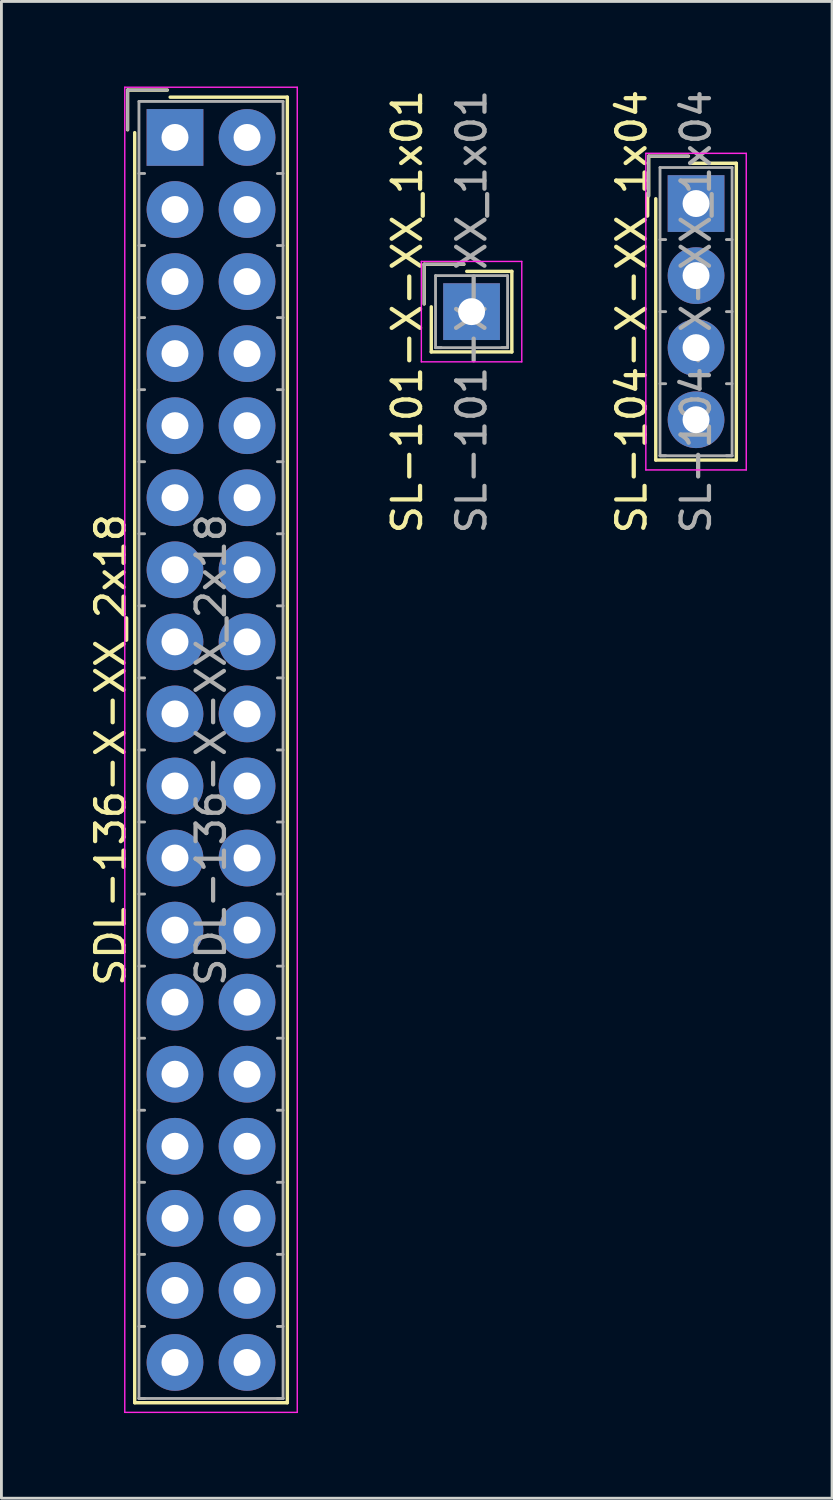
<source format=kicad_pcb>
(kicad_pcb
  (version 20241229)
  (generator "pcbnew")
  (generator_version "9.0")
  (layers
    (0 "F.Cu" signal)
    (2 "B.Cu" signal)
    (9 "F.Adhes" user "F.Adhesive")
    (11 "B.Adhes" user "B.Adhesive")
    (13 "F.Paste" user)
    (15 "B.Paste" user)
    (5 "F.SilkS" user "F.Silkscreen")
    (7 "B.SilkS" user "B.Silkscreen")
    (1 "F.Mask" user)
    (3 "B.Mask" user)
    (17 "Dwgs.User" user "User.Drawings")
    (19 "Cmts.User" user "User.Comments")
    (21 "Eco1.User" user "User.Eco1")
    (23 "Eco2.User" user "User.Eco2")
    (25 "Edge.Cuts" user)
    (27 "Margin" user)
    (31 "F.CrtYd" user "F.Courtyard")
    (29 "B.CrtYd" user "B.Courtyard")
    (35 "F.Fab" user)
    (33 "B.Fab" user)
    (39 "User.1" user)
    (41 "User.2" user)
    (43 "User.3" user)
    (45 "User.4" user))
  (footprint "SDL-136-X-XX_2x18"
    (layer "F.Cu")
    (at 3.118 1.795)
    (property "Reference" "SDL-136-X-XX_2x18" (at -2.27 21.59 90) (layer "F.SilkS") (effects (font (size 1 1) (thickness 0.15))))
    (attr through_hole)
    (fp_line (start -1.67 -1.67) (end -1.67 -0.27) (stroke (width 0.12) (type solid)) (layer "F.SilkS"))
    (fp_line (start -1.42 44.6) (end -1.42 -0.17) (stroke (width 0.12) (type solid)) (layer "F.SilkS"))
    (fp_line (start -0.27 -1.67) (end -1.67 -1.67) (stroke (width 0.12) (type solid)) (layer "F.SilkS"))
    (fp_line (start -0.17 -1.42) (end 3.96 -1.42) (stroke (width 0.12) (type solid)) (layer "F.SilkS"))
    (fp_line (start 3.96 -1.42) (end 3.96 44.6) (stroke (width 0.12) (type solid)) (layer "F.SilkS"))
    (fp_line (start 3.96 44.6) (end -1.42 44.6) (stroke (width 0.12) (type solid)) (layer "F.SilkS"))
    (fp_line (start -1.77 -1.77) (end -1.77 44.94) (stroke (width 0.05) (type solid)) (layer "F.CrtYd"))
    (fp_line (start -1.77 44.94) (end 4.31 44.94) (stroke (width 0.05) (type solid)) (layer "F.CrtYd"))
    (fp_line (start 4.31 -1.77) (end -1.77 -1.77) (stroke (width 0.05) (type solid)) (layer "F.CrtYd"))
    (fp_line (start 4.31 44.94) (end 4.31 -1.77) (stroke (width 0.05) (type solid)) (layer "F.CrtYd"))
    (fp_line (start -1.67 -1.67) (end -1.67 -0.27) (stroke (width 0.1) (type solid)) (layer "F.Fab"))
    (fp_line (start -1.27 -1.27) (end -1.27 44.45) (stroke (width 0.1) (type solid)) (layer "F.Fab"))
    (fp_line (start -1.27 1.27) (end -1.07 1.27) (stroke (width 0.1) (type solid)) (layer "F.Fab"))
    (fp_line (start -1.27 3.81) (end -1.07 3.81) (stroke (width 0.1) (type solid)) (layer "F.Fab"))
    (fp_line (start -1.27 6.35) (end -1.07 6.35) (stroke (width 0.1) (type solid)) (layer "F.Fab"))
    (fp_line (start -1.27 8.89) (end -1.07 8.89) (stroke (width 0.1) (type solid)) (layer "F.Fab"))
    (fp_line (start -1.27 11.43) (end -1.07 11.43) (stroke (width 0.1) (type solid)) (layer "F.Fab"))
    (fp_line (start -1.27 13.97) (end -1.07 13.97) (stroke (width 0.1) (type solid)) (layer "F.Fab"))
    (fp_line (start -1.27 16.51) (end -1.07 16.51) (stroke (width 0.1) (type solid)) (layer "F.Fab"))
    (fp_line (start -1.27 19.05) (end -1.07 19.05) (stroke (width 0.1) (type solid)) (layer "F.Fab"))
    (fp_line (start -1.27 21.59) (end -1.07 21.59) (stroke (width 0.1) (type solid)) (layer "F.Fab"))
    (fp_line (start -1.27 24.13) (end -1.07 24.13) (stroke (width 0.1) (type solid)) (layer "F.Fab"))
    (fp_line (start -1.27 26.67) (end -1.07 26.67) (stroke (width 0.1) (type solid)) (layer "F.Fab"))
    (fp_line (start -1.27 29.21) (end -1.07 29.21) (stroke (width 0.1) (type solid)) (layer "F.Fab"))
    (fp_line (start -1.27 31.75) (end -1.07 31.75) (stroke (width 0.1) (type solid)) (layer "F.Fab"))
    (fp_line (start -1.27 34.29) (end -1.07 34.29) (stroke (width 0.1) (type solid)) (layer "F.Fab"))
    (fp_line (start -1.27 36.83) (end -1.07 36.83) (stroke (width 0.1) (type solid)) (layer "F.Fab"))
    (fp_line (start -1.27 39.37) (end -1.07 39.37) (stroke (width 0.1) (type solid)) (layer "F.Fab"))
    (fp_line (start -1.27 41.91) (end -1.07 41.91) (stroke (width 0.1) (type solid)) (layer "F.Fab"))
    (fp_line (start -1.27 44.45) (end -1.07 44.45) (stroke (width 0.1) (type solid)) (layer "F.Fab"))
    (fp_line (start -1.27 44.45) (end 3.81 44.45) (stroke (width 0.1) (type solid)) (layer "F.Fab"))
    (fp_line (start -0.27 -1.67) (end -1.67 -1.67) (stroke (width 0.1) (type solid)) (layer "F.Fab"))
    (fp_line (start 3.81 -1.27) (end -1.27 -1.27) (stroke (width 0.1) (type solid)) (layer "F.Fab"))
    (fp_line (start 3.81 1.27) (end 3.61 1.27) (stroke (width 0.1) (type solid)) (layer "F.Fab"))
    (fp_line (start 3.81 3.81) (end 3.61 3.81) (stroke (width 0.1) (type solid)) (layer "F.Fab"))
    (fp_line (start 3.81 6.35) (end 3.61 6.35) (stroke (width 0.1) (type solid)) (layer "F.Fab"))
    (fp_line (start 3.81 8.89) (end 3.61 8.89) (stroke (width 0.1) (type solid)) (layer "F.Fab"))
    (fp_line (start 3.81 11.43) (end 3.61 11.43) (stroke (width 0.1) (type solid)) (layer "F.Fab"))
    (fp_line (start 3.81 13.97) (end 3.61 13.97) (stroke (width 0.1) (type solid)) (layer "F.Fab"))
    (fp_line (start 3.81 16.51) (end 3.61 16.51) (stroke (width 0.1) (type solid)) (layer "F.Fab"))
    (fp_line (start 3.81 19.05) (end 3.61 19.05) (stroke (width 0.1) (type solid)) (layer "F.Fab"))
    (fp_line (start 3.81 21.59) (end 3.61 21.59) (stroke (width 0.1) (type solid)) (layer "F.Fab"))
    (fp_line (start 3.81 24.13) (end 3.61 24.13) (stroke (width 0.1) (type solid)) (layer "F.Fab"))
    (fp_line (start 3.81 26.67) (end 3.61 26.67) (stroke (width 0.1) (type solid)) (layer "F.Fab"))
    (fp_line (start 3.81 29.21) (end 3.61 29.21) (stroke (width 0.1) (type solid)) (layer "F.Fab"))
    (fp_line (start 3.81 31.75) (end 3.61 31.75) (stroke (width 0.1) (type solid)) (layer "F.Fab"))
    (fp_line (start 3.81 34.29) (end 3.61 34.29) (stroke (width 0.1) (type solid)) (layer "F.Fab"))
    (fp_line (start 3.81 36.83) (end 3.61 36.83) (stroke (width 0.1) (type solid)) (layer "F.Fab"))
    (fp_line (start 3.81 39.37) (end 3.61 39.37) (stroke (width 0.1) (type solid)) (layer "F.Fab"))
    (fp_line (start 3.81 41.91) (end 3.61 41.91) (stroke (width 0.1) (type solid)) (layer "F.Fab"))
    (fp_line (start 3.81 44.45) (end 3.61 44.45) (stroke (width 0.1) (type solid)) (layer "F.Fab"))
    (fp_line (start 3.81 44.45) (end 3.81 -1.27) (stroke (width 0.1) (type solid)) (layer "F.Fab"))
    (fp_text user "${REFERENCE}" (at 1.27 21.59 90) (layer "F.Fab") (effects (font (size 1 1) (thickness 0.15))))
    (pad "1" thru_hole rect (at 0 0) (size 2 2) (drill 0.95) (layers "*.Cu" "*.Mask"))
    (pad "2" thru_hole circle (at 2.54 0) (size 2 2) (drill 0.95) (layers "*.Cu" "*.Mask"))
    (pad "3" thru_hole circle (at 0 2.54) (size 2 2) (drill 0.95) (layers "*.Cu" "*.Mask"))
    (pad "4" thru_hole circle (at 2.54 2.54) (size 2 2) (drill 0.95) (layers "*.Cu" "*.Mask"))
    (pad "5" thru_hole circle (at 0 5.08) (size 2 2) (drill 0.95) (layers "*.Cu" "*.Mask"))
    (pad "6" thru_hole circle (at 2.54 5.08) (size 2 2) (drill 0.95) (layers "*.Cu" "*.Mask"))
    (pad "7" thru_hole circle (at 0 7.62) (size 2 2) (drill 0.95) (layers "*.Cu" "*.Mask"))
    (pad "8" thru_hole circle (at 2.54 7.62) (size 2 2) (drill 0.95) (layers "*.Cu" "*.Mask"))
    (pad "9" thru_hole circle (at 0 10.16) (size 2 2) (drill 0.95) (layers "*.Cu" "*.Mask"))
    (pad "10" thru_hole circle (at 2.54 10.16) (size 2 2) (drill 0.95) (layers "*.Cu" "*.Mask"))
    (pad "11" thru_hole circle (at 0 12.7) (size 2 2) (drill 0.95) (layers "*.Cu" "*.Mask"))
    (pad "12" thru_hole circle (at 2.54 12.7) (size 2 2) (drill 0.95) (layers "*.Cu" "*.Mask"))
    (pad "13" thru_hole circle (at 0 15.24) (size 2 2) (drill 0.95) (layers "*.Cu" "*.Mask"))
    (pad "14" thru_hole circle (at 2.54 15.24) (size 2 2) (drill 0.95) (layers "*.Cu" "*.Mask"))
    (pad "15" thru_hole circle (at 0 17.78) (size 2 2) (drill 0.95) (layers "*.Cu" "*.Mask"))
    (pad "16" thru_hole circle (at 2.54 17.78) (size 2 2) (drill 0.95) (layers "*.Cu" "*.Mask"))
    (pad "17" thru_hole circle (at 0 20.32) (size 2 2) (drill 0.95) (layers "*.Cu" "*.Mask"))
    (pad "18" thru_hole circle (at 2.54 20.32) (size 2 2) (drill 0.95) (layers "*.Cu" "*.Mask"))
    (pad "19" thru_hole circle (at 0 22.86) (size 2 2) (drill 0.95) (layers "*.Cu" "*.Mask"))
    (pad "20" thru_hole circle (at 2.54 22.86) (size 2 2) (drill 0.95) (layers "*.Cu" "*.Mask"))
    (pad "21" thru_hole circle (at 0 25.4) (size 2 2) (drill 0.95) (layers "*.Cu" "*.Mask"))
    (pad "22" thru_hole circle (at 2.54 25.4) (size 2 2) (drill 0.95) (layers "*.Cu" "*.Mask"))
    (pad "23" thru_hole circle (at 0 27.94) (size 2 2) (drill 0.95) (layers "*.Cu" "*.Mask"))
    (pad "24" thru_hole circle (at 2.54 27.94) (size 2 2) (drill 0.95) (layers "*.Cu" "*.Mask"))
    (pad "25" thru_hole circle (at 0 30.48) (size 2 2) (drill 0.95) (layers "*.Cu" "*.Mask"))
    (pad "26" thru_hole circle (at 2.54 30.48) (size 2 2) (drill 0.95) (layers "*.Cu" "*.Mask"))
    (pad "27" thru_hole circle (at 0 33.02) (size 2 2) (drill 0.95) (layers "*.Cu" "*.Mask"))
    (pad "28" thru_hole circle (at 2.54 33.02) (size 2 2) (drill 0.95) (layers "*.Cu" "*.Mask"))
    (pad "29" thru_hole circle (at 0 35.56) (size 2 2) (drill 0.95) (layers "*.Cu" "*.Mask"))
    (pad "30" thru_hole circle (at 2.54 35.56) (size 2 2) (drill 0.95) (layers "*.Cu" "*.Mask"))
    (pad "31" thru_hole circle (at 0 38.1) (size 2 2) (drill 0.95) (layers "*.Cu" "*.Mask"))
    (pad "32" thru_hole circle (at 2.54 38.1) (size 2 2) (drill 0.95) (layers "*.Cu" "*.Mask"))
    (pad "33" thru_hole circle (at 0 40.64) (size 2 2) (drill 0.95) (layers "*.Cu" "*.Mask"))
    (pad "34" thru_hole circle (at 2.54 40.64) (size 2 2) (drill 0.95) (layers "*.Cu" "*.Mask"))
    (pad "35" thru_hole circle (at 0 43.18) (size 2 2) (drill 0.95) (layers "*.Cu" "*.Mask"))
    (pad "36" thru_hole circle (at 2.54 43.18) (size 2 2) (drill 0.95) (layers "*.Cu" "*.Mask")))
  (footprint "SL-101-X-XX_1x01"
    (layer "F.Cu")
    (at 13.572 7.935)
    (property "Reference" "SL-101-X-XX_1x01" (at -2.27 0 90) (layer "F.SilkS") (effects (font (size 1 1) (thickness 0.15))))
    (attr through_hole)
    (fp_line (start -1.67 -1.67) (end -1.67 -0.27) (stroke (width 0.12) (type solid)) (layer "F.SilkS"))
    (fp_line (start -1.42 1.42) (end -1.42 -0.17) (stroke (width 0.12) (type solid)) (layer "F.SilkS"))
    (fp_line (start -0.27 -1.67) (end -1.67 -1.67) (stroke (width 0.12) (type solid)) (layer "F.SilkS"))
    (fp_line (start -0.17 -1.42) (end 1.42 -1.42) (stroke (width 0.12) (type solid)) (layer "F.SilkS"))
    (fp_line (start 1.42 -1.42) (end 1.42 1.42) (stroke (width 0.12) (type solid)) (layer "F.SilkS"))
    (fp_line (start 1.42 1.42) (end -1.42 1.42) (stroke (width 0.12) (type solid)) (layer "F.SilkS"))
    (fp_line (start -1.77 -1.77) (end -1.77 1.77) (stroke (width 0.05) (type solid)) (layer "F.CrtYd"))
    (fp_line (start -1.77 1.77) (end 1.77 1.77) (stroke (width 0.05) (type solid)) (layer "F.CrtYd"))
    (fp_line (start 1.77 -1.77) (end -1.77 -1.77) (stroke (width 0.05) (type solid)) (layer "F.CrtYd"))
    (fp_line (start 1.77 1.77) (end 1.77 -1.77) (stroke (width 0.05) (type solid)) (layer "F.CrtYd"))
    (fp_line (start -1.67 -1.67) (end -1.67 -0.27) (stroke (width 0.1) (type solid)) (layer "F.Fab"))
    (fp_line (start -1.27 -1.27) (end -1.27 1.27) (stroke (width 0.1) (type solid)) (layer "F.Fab"))
    (fp_line (start -1.27 1.27) (end -1.07 1.27) (stroke (width 0.1) (type solid)) (layer "F.Fab"))
    (fp_line (start -1.27 1.27) (end 1.27 1.27) (stroke (width 0.1) (type solid)) (layer "F.Fab"))
    (fp_line (start -0.27 -1.67) (end -1.67 -1.67) (stroke (width 0.1) (type solid)) (layer "F.Fab"))
    (fp_line (start 1.27 -1.27) (end -1.27 -1.27) (stroke (width 0.1) (type solid)) (layer "F.Fab"))
    (fp_line (start 1.27 1.27) (end 1.07 1.27) (stroke (width 0.1) (type solid)) (layer "F.Fab"))
    (fp_line (start 1.27 1.27) (end 1.27 -1.27) (stroke (width 0.1) (type solid)) (layer "F.Fab"))
    (fp_text user "${REFERENCE}" (at 0 0 90) (layer "F.Fab") (effects (font (size 1 1) (thickness 0.15))))
    (pad "1" thru_hole rect (at 0 0) (size 2 2) (drill 0.95) (layers "*.Cu" "*.Mask")))
  (footprint "SL-104-X-XX_1x04"
    (layer "F.Cu")
    (at 21.485 4.125)
    (property "Reference" "SL-104-X-XX_1x04" (at -2.27 3.81 90) (layer "F.SilkS") (effects (font (size 1 1) (thickness 0.15))))
    (attr through_hole)
    (fp_line (start -1.67 -1.67) (end -1.67 -0.27) (stroke (width 0.12) (type solid)) (layer "F.SilkS"))
    (fp_line (start -1.42 9.04) (end -1.42 -0.17) (stroke (width 0.12) (type solid)) (layer "F.SilkS"))
    (fp_line (start -0.27 -1.67) (end -1.67 -1.67) (stroke (width 0.12) (type solid)) (layer "F.SilkS"))
    (fp_line (start -0.17 -1.42) (end 1.42 -1.42) (stroke (width 0.12) (type solid)) (layer "F.SilkS"))
    (fp_line (start 1.42 -1.42) (end 1.42 9.04) (stroke (width 0.12) (type solid)) (layer "F.SilkS"))
    (fp_line (start 1.42 9.04) (end -1.42 9.04) (stroke (width 0.12) (type solid)) (layer "F.SilkS"))
    (fp_line (start -1.77 -1.77) (end -1.77 9.39) (stroke (width 0.05) (type solid)) (layer "F.CrtYd"))
    (fp_line (start -1.77 9.39) (end 1.77 9.39) (stroke (width 0.05) (type solid)) (layer "F.CrtYd"))
    (fp_line (start 1.77 -1.77) (end -1.77 -1.77) (stroke (width 0.05) (type solid)) (layer "F.CrtYd"))
    (fp_line (start 1.77 9.39) (end 1.77 -1.77) (stroke (width 0.05) (type solid)) (layer "F.CrtYd"))
    (fp_line (start -1.67 -1.67) (end -1.67 -0.27) (stroke (width 0.1) (type solid)) (layer "F.Fab"))
    (fp_line (start -1.27 -1.27) (end -1.27 8.89) (stroke (width 0.1) (type solid)) (layer "F.Fab"))
    (fp_line (start -1.27 1.27) (end -1.07 1.27) (stroke (width 0.1) (type solid)) (layer "F.Fab"))
    (fp_line (start -1.27 3.81) (end -1.07 3.81) (stroke (width 0.1) (type solid)) (layer "F.Fab"))
    (fp_line (start -1.27 6.35) (end -1.07 6.35) (stroke (width 0.1) (type solid)) (layer "F.Fab"))
    (fp_line (start -1.27 8.89) (end -1.07 8.89) (stroke (width 0.1) (type solid)) (layer "F.Fab"))
    (fp_line (start -1.27 8.89) (end 1.27 8.89) (stroke (width 0.1) (type solid)) (layer "F.Fab"))
    (fp_line (start -0.27 -1.67) (end -1.67 -1.67) (stroke (width 0.1) (type solid)) (layer "F.Fab"))
    (fp_line (start 1.27 -1.27) (end -1.27 -1.27) (stroke (width 0.1) (type solid)) (layer "F.Fab"))
    (fp_line (start 1.27 1.27) (end 1.07 1.27) (stroke (width 0.1) (type solid)) (layer "F.Fab"))
    (fp_line (start 1.27 3.81) (end 1.07 3.81) (stroke (width 0.1) (type solid)) (layer "F.Fab"))
    (fp_line (start 1.27 6.35) (end 1.07 6.35) (stroke (width 0.1) (type solid)) (layer "F.Fab"))
    (fp_line (start 1.27 8.89) (end 1.07 8.89) (stroke (width 0.1) (type solid)) (layer "F.Fab"))
    (fp_line (start 1.27 8.89) (end 1.27 -1.27) (stroke (width 0.1) (type solid)) (layer "F.Fab"))
    (fp_text user "${REFERENCE}" (at 0 3.81 90) (layer "F.Fab") (effects (font (size 1 1) (thickness 0.15))))
    (pad "1" thru_hole rect (at 0 0) (size 2 2) (drill 0.95) (layers "*.Cu" "*.Mask"))
    (pad "2" thru_hole circle (at 0 2.54) (size 2 2) (drill 0.95) (layers "*.Cu" "*.Mask"))
    (pad "3" thru_hole circle (at 0 5.08) (size 2 2) (drill 0.95) (layers "*.Cu" "*.Mask"))
    (pad "4" thru_hole circle (at 0 7.62) (size 2 2) (drill 0.95) (layers "*.Cu" "*.Mask")))
  (gr_rect
    (start -3 -3)
    (end 26.28 49.76)
    (stroke (width 0.1) (type default))
    (fill no)
    (layer "Edge.Cuts")))
</source>
